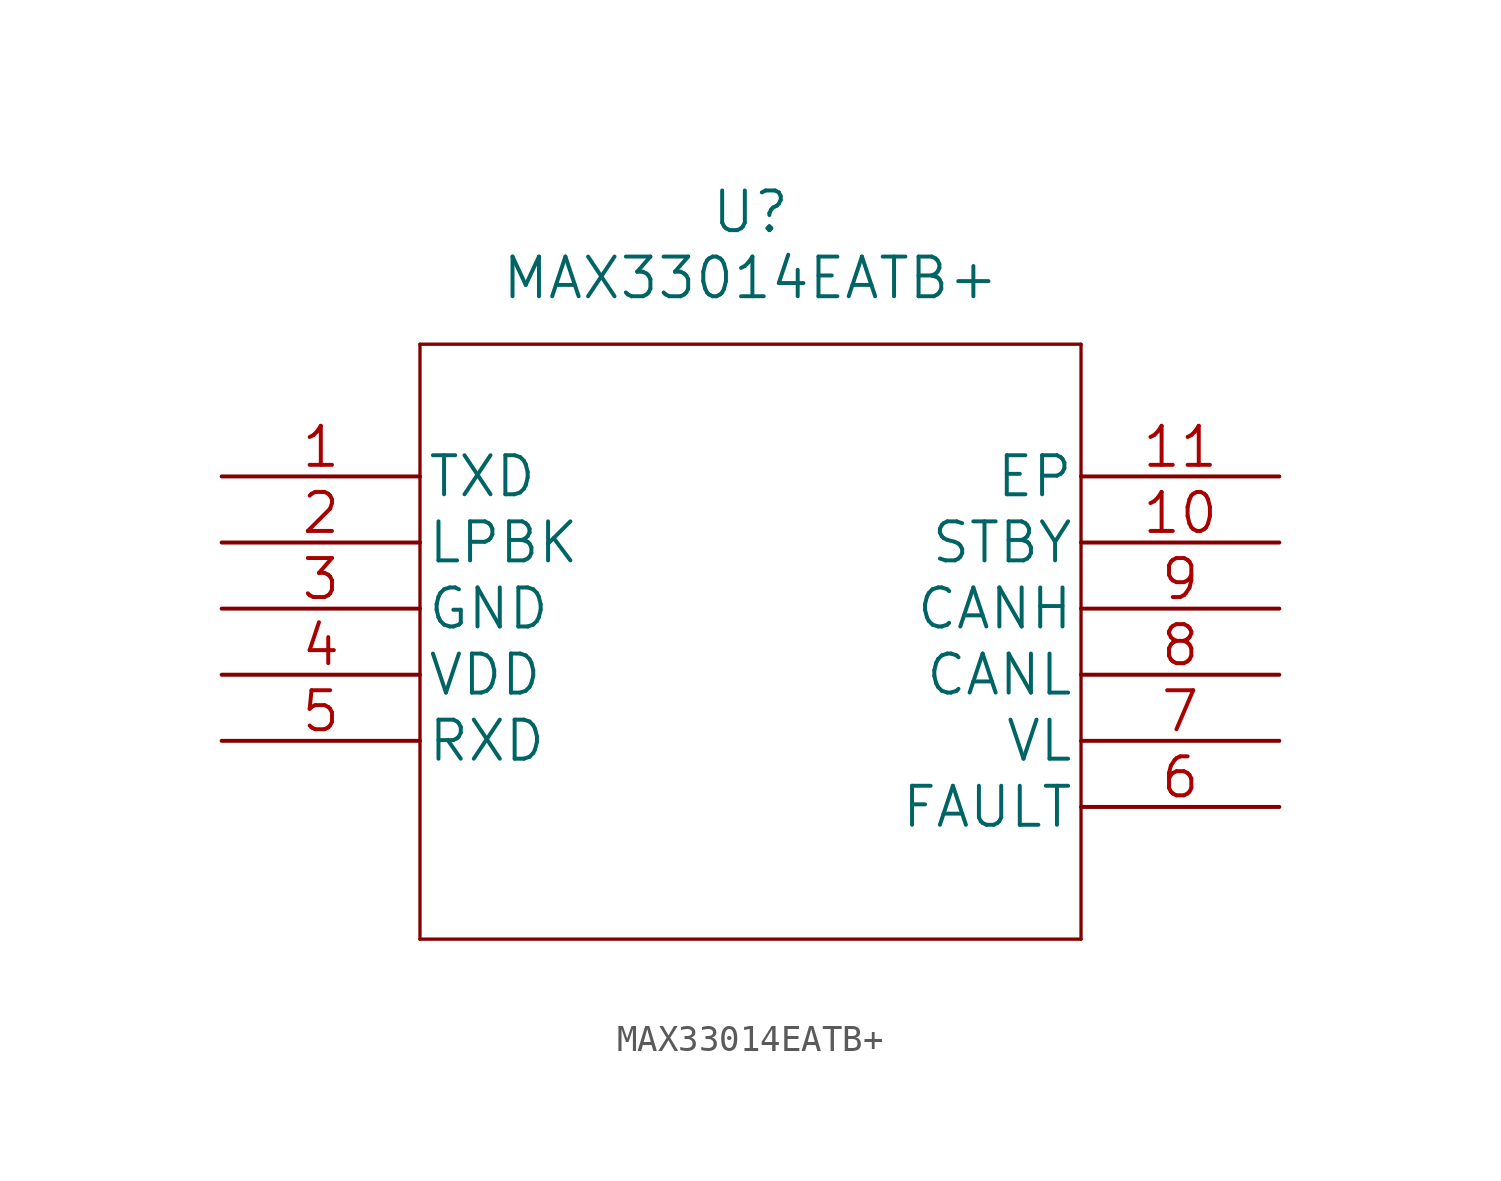
<source format=kicad_sym>
(kicad_symbol_lib
  (version 20211014)
  (generator kicad_symbol_editor)
  (symbol "MAX33014EATB+"
    (pin_names
      (offset 0.254))
    (property "Reference" "U"
      (at 20.32 10.16 0)
      (effects (font (size 1.524 1.524))))
    (property "Value" "MAX33014EATB+"
      (at 20.32 7.62 0)
      (effects (font (size 1.524 1.524))))
    (property "Datasheet" ""
      (at 0 0 0)
      (effects (font (size 1.524 1.524))))
    (property "ki_locked" ""
      (at 0 0 0)
      (effects (font (size 1.27 1.27))))
    (symbol "MAX33014EATB+_1_1"
      (polyline (pts (xy 7.62 -17.78) (xy 33.02 -17.78)) (stroke (width 0.127) (type default) (color 0 0 0 0)) (fill (type none)))
      (polyline (pts (xy 7.62 5.08) (xy 7.62 -17.78)) (stroke (width 0.127) (type default) (color 0 0 0 0)) (fill (type none)))
      (polyline (pts (xy 33.02 -17.78) (xy 33.02 5.08)) (stroke (width 0.127) (type default) (color 0 0 0 0)) (fill (type none)))
      (polyline (pts (xy 33.02 5.08) (xy 7.62 5.08)) (stroke (width 0.127) (type default) (color 0 0 0 0)) (fill (type none)))
      (pin input line (at 0 0 0) (length 7.62) (name "TXD" (effects (font (size 1.499 1.499)))) (number "1" (effects (font (size 1.499 1.499)))))
      (pin input line (at 40.64 -2.54 180) (length 7.62) (name "STBY" (effects (font (size 1.499 1.499)))) (number "10" (effects (font (size 1.499 1.499)))))
      (pin power_in line (at 40.64 0 180) (length 7.62) (name "EP" (effects (font (size 1.499 1.499)))) (number "11" (effects (font (size 1.499 1.499)))))
      (pin unspecified line (at 0 -2.54 0) (length 7.62) (name "LPBK" (effects (font (size 1.499 1.499)))) (number "2" (effects (font (size 1.499 1.499)))))
      (pin power_in line (at 0 -5.08 0) (length 7.62) (name "GND" (effects (font (size 1.499 1.499)))) (number "3" (effects (font (size 1.499 1.499)))))
      (pin power_in line (at 0 -7.62 0) (length 7.62) (name "VDD" (effects (font (size 1.499 1.499)))) (number "4" (effects (font (size 1.499 1.499)))))
      (pin output line (at 0 -10.16 0) (length 7.62) (name "RXD" (effects (font (size 1.499 1.499)))) (number "5" (effects (font (size 1.499 1.499)))))
      (pin unspecified line (at 40.64 -12.7 180) (length 7.62) (name "FAULT" (effects (font (size 1.499 1.499)))) (number "6" (effects (font (size 1.499 1.499)))))
      (pin power_in line (at 40.64 -10.16 180) (length 7.62) (name "VL" (effects (font (size 1.499 1.499)))) (number "7" (effects (font (size 1.499 1.499)))))
      (pin unspecified line (at 40.64 -7.62 180) (length 7.62) (name "CANL" (effects (font (size 1.499 1.499)))) (number "8" (effects (font (size 1.499 1.499)))))
      (pin unspecified line (at 40.64 -5.08 180) (length 7.62) (name "CANH" (effects (font (size 1.499 1.499)))) (number "9" (effects (font (size 1.499 1.499))))))))
</source>
